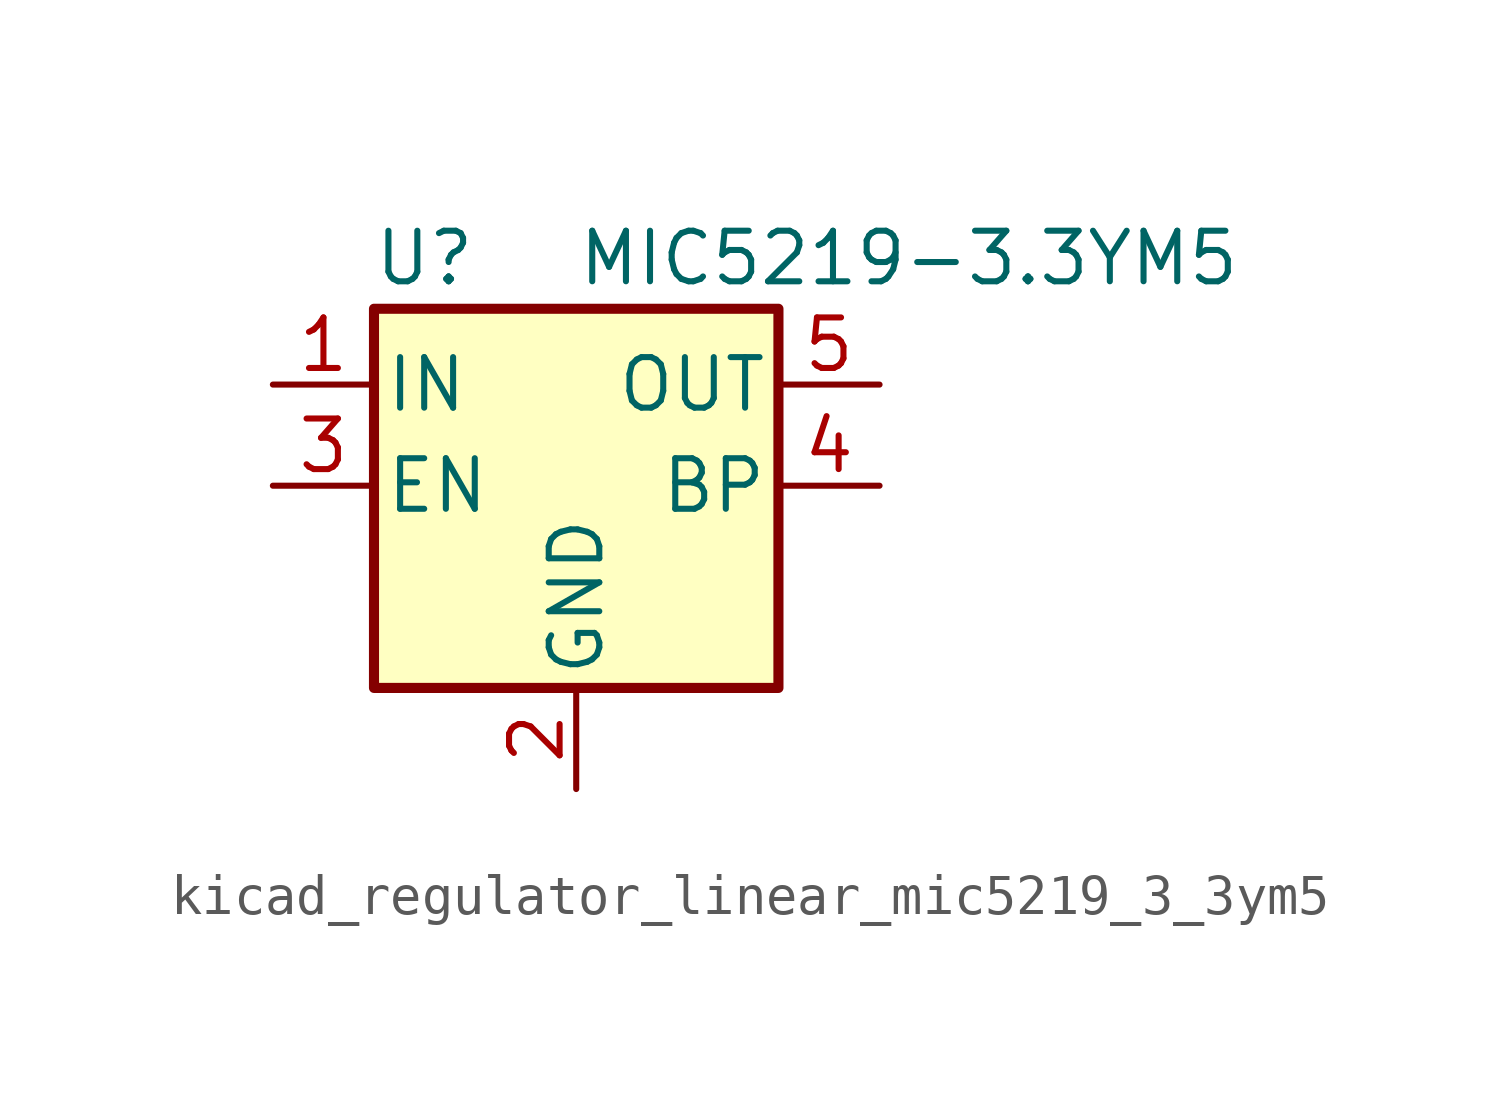
<source format=kicad_sym>
(kicad_symbol_lib
  (version 20220914)
  (generator kicad_symbol_editor)
  (symbol "kicad_regulator_linear_mic5219_3_3ym5"
    (pin_names
      (offset 0.254))
    (property "Reference" "U"
      (at -3.81 5.715 0)
      (effects (font (size 1.27 1.27))))
    (property "Value" "MIC5219-3.3YM5"
      (at 0 5.715 0)
      (effects (font (size 1.27 1.27)) (justify left)))
    (symbol "kicad_regulator_linear_mic5219_3_3ym5_0_1"
      (rectangle (start -5.08 4.445) (end 5.08 -5.08) (stroke (width 0.254) (type default)) (fill (type background))))
    (symbol "kicad_regulator_linear_mic5219_3_3ym5_1_1"
      (pin power_in line (at -7.62 2.54 0) (length 2.54) (name "IN" (effects (font (size 1.27 1.27)))) (number "1" (effects (font (size 1.27 1.27)))))
      (pin power_in line (at 0 -7.62 90) (length 2.54) (name "GND" (effects (font (size 1.27 1.27)))) (number "2" (effects (font (size 1.27 1.27)))))
      (pin input line (at -7.62 0 0) (length 2.54) (name "EN" (effects (font (size 1.27 1.27)))) (number "3" (effects (font (size 1.27 1.27)))))
      (pin input line (at 7.62 0 180) (length 2.54) (name "BP" (effects (font (size 1.27 1.27)))) (number "4" (effects (font (size 1.27 1.27)))))
      (pin power_out line (at 7.62 2.54 180) (length 2.54) (name "OUT" (effects (font (size 1.27 1.27)))) (number "5" (effects (font (size 1.27 1.27))))))))
</source>
